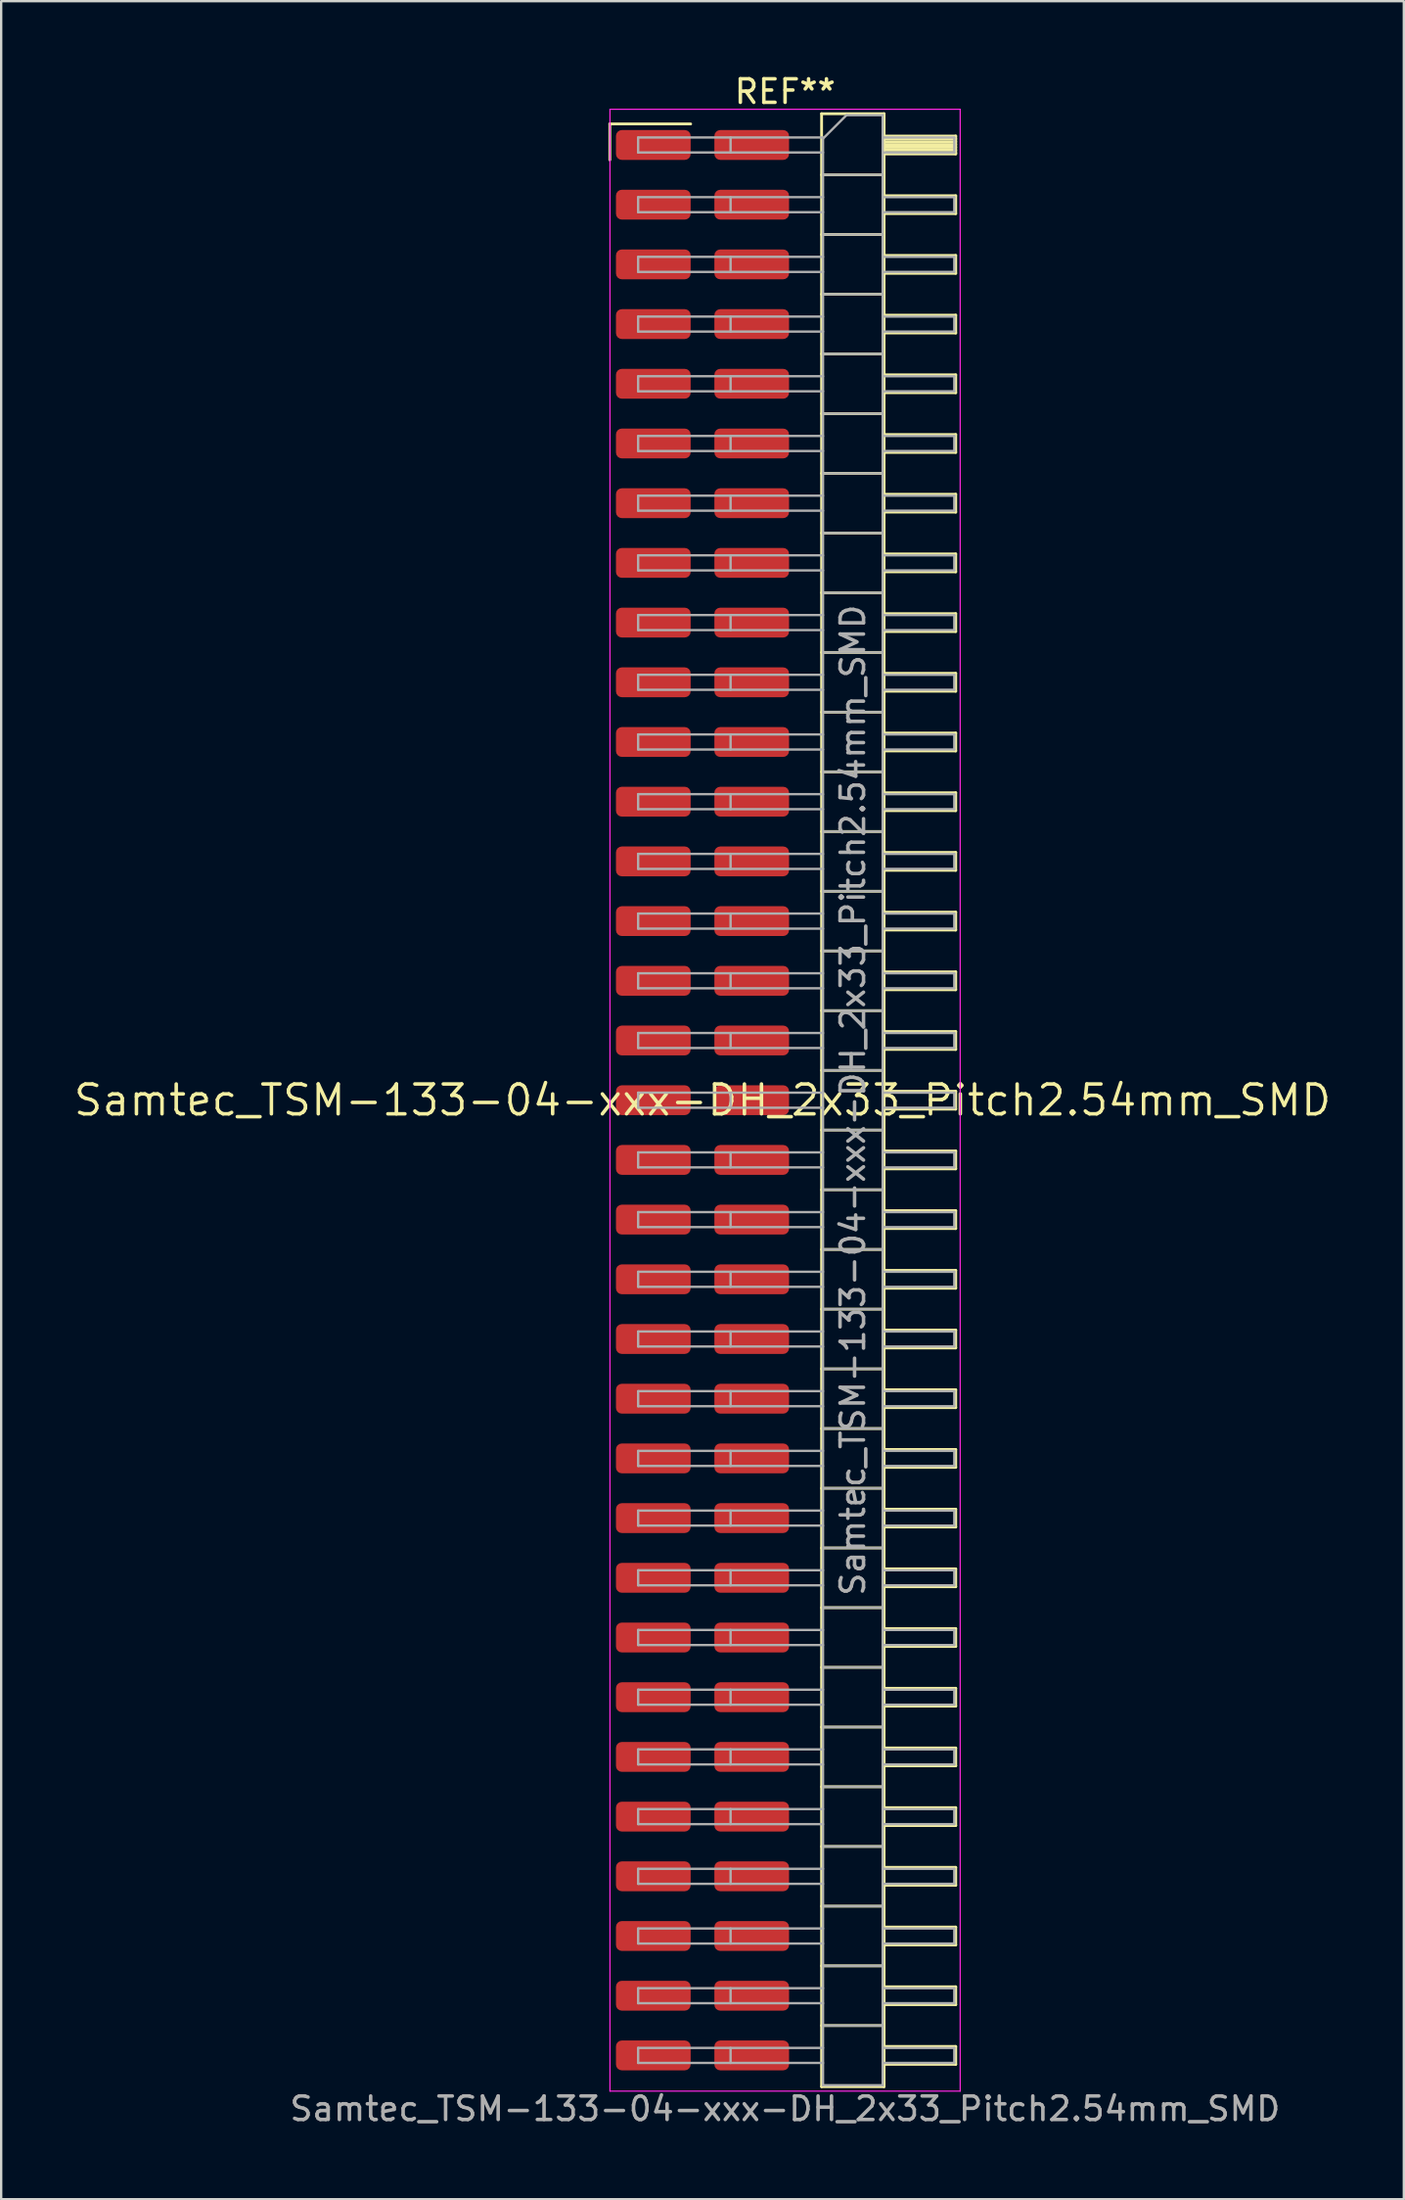
<source format=kicad_pcb>
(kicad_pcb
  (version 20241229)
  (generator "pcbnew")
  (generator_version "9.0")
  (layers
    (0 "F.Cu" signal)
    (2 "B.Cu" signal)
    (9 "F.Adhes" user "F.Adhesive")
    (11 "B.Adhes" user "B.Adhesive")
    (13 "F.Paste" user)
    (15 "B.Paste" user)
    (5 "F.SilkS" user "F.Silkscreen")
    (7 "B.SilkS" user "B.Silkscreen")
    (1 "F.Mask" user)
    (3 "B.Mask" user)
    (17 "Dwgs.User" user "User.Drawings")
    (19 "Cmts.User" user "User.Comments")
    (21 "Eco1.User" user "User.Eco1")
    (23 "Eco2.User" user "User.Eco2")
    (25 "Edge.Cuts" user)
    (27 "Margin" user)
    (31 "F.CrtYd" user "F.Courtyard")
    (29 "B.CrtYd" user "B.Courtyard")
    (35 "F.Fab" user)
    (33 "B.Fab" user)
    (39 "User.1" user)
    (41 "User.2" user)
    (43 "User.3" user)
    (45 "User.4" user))
  (footprint "Samtec_TSM-133-04-xxx-DH_2x33_Pitch2.54mm_SMD"
    (layer "F.Cu")
    (at 26.859 43.758)
    (property "Reference" "Samtec_TSM-133-04-xxx-DH_2x33_Pitch2.54mm_SMD" (at 0 0 0) (layer "F.SilkS") (effects (font (size 1.27 1.27) (thickness 0.15))))
    (attr smd)
    (fp_line (start -3.945 -41.535) (end -0.505 -41.535) (stroke (width 0.12) (type solid)) (layer "F.SilkS"))
    (fp_line (start -3.945 -40.005) (end -3.945 -41.535) (stroke (width 0.12) (type solid)) (layer "F.SilkS"))
    (fp_line (start 5.07 -41.97) (end 7.73 -41.97) (stroke (width 0.12) (type solid)) (layer "F.SilkS"))
    (fp_line (start 5.07 -39.37) (end 7.73 -39.37) (stroke (width 0.12) (type solid)) (layer "F.SilkS"))
    (fp_line (start 5.07 -36.83) (end 7.73 -36.83) (stroke (width 0.12) (type solid)) (layer "F.SilkS"))
    (fp_line (start 5.07 -34.29) (end 7.73 -34.29) (stroke (width 0.12) (type solid)) (layer "F.SilkS"))
    (fp_line (start 5.07 -31.75) (end 7.73 -31.75) (stroke (width 0.12) (type solid)) (layer "F.SilkS"))
    (fp_line (start 5.07 -29.21) (end 7.73 -29.21) (stroke (width 0.12) (type solid)) (layer "F.SilkS"))
    (fp_line (start 5.07 -26.67) (end 7.73 -26.67) (stroke (width 0.12) (type solid)) (layer "F.SilkS"))
    (fp_line (start 5.07 -24.13) (end 7.73 -24.13) (stroke (width 0.12) (type solid)) (layer "F.SilkS"))
    (fp_line (start 5.07 -21.59) (end 7.73 -21.59) (stroke (width 0.12) (type solid)) (layer "F.SilkS"))
    (fp_line (start 5.07 -19.05) (end 7.73 -19.05) (stroke (width 0.12) (type solid)) (layer "F.SilkS"))
    (fp_line (start 5.07 -16.51) (end 7.73 -16.51) (stroke (width 0.12) (type solid)) (layer "F.SilkS"))
    (fp_line (start 5.07 -13.97) (end 7.73 -13.97) (stroke (width 0.12) (type solid)) (layer "F.SilkS"))
    (fp_line (start 5.07 -11.43) (end 7.73 -11.43) (stroke (width 0.12) (type solid)) (layer "F.SilkS"))
    (fp_line (start 5.07 -8.89) (end 7.73 -8.89) (stroke (width 0.12) (type solid)) (layer "F.SilkS"))
    (fp_line (start 5.07 -6.35) (end 7.73 -6.35) (stroke (width 0.12) (type solid)) (layer "F.SilkS"))
    (fp_line (start 5.07 -3.81) (end 7.73 -3.81) (stroke (width 0.12) (type solid)) (layer "F.SilkS"))
    (fp_line (start 5.07 -1.27) (end 7.73 -1.27) (stroke (width 0.12) (type solid)) (layer "F.SilkS"))
    (fp_line (start 5.07 1.27) (end 7.73 1.27) (stroke (width 0.12) (type solid)) (layer "F.SilkS"))
    (fp_line (start 5.07 3.81) (end 7.73 3.81) (stroke (width 0.12) (type solid)) (layer "F.SilkS"))
    (fp_line (start 5.07 6.35) (end 7.73 6.35) (stroke (width 0.12) (type solid)) (layer "F.SilkS"))
    (fp_line (start 5.07 8.89) (end 7.73 8.89) (stroke (width 0.12) (type solid)) (layer "F.SilkS"))
    (fp_line (start 5.07 11.43) (end 7.73 11.43) (stroke (width 0.12) (type solid)) (layer "F.SilkS"))
    (fp_line (start 5.07 13.97) (end 7.73 13.97) (stroke (width 0.12) (type solid)) (layer "F.SilkS"))
    (fp_line (start 5.07 16.51) (end 7.73 16.51) (stroke (width 0.12) (type solid)) (layer "F.SilkS"))
    (fp_line (start 5.07 19.05) (end 7.73 19.05) (stroke (width 0.12) (type solid)) (layer "F.SilkS"))
    (fp_line (start 5.07 21.59) (end 7.73 21.59) (stroke (width 0.12) (type solid)) (layer "F.SilkS"))
    (fp_line (start 5.07 24.13) (end 7.73 24.13) (stroke (width 0.12) (type solid)) (layer "F.SilkS"))
    (fp_line (start 5.07 26.67) (end 7.73 26.67) (stroke (width 0.12) (type solid)) (layer "F.SilkS"))
    (fp_line (start 5.07 29.21) (end 7.73 29.21) (stroke (width 0.12) (type solid)) (layer "F.SilkS"))
    (fp_line (start 5.07 31.75) (end 7.73 31.75) (stroke (width 0.12) (type solid)) (layer "F.SilkS"))
    (fp_line (start 5.07 34.29) (end 7.73 34.29) (stroke (width 0.12) (type solid)) (layer "F.SilkS"))
    (fp_line (start 5.07 36.83) (end 7.73 36.83) (stroke (width 0.12) (type solid)) (layer "F.SilkS"))
    (fp_line (start 5.07 39.37) (end 7.73 39.37) (stroke (width 0.12) (type solid)) (layer "F.SilkS"))
    (fp_line (start 5.07 41.97) (end 5.07 -41.97) (stroke (width 0.12) (type solid)) (layer "F.SilkS"))
    (fp_line (start 7.73 -41.97) (end 7.73 41.97) (stroke (width 0.12) (type solid)) (layer "F.SilkS"))
    (fp_line (start 7.73 -41.02) (end 10.78 -41.02) (stroke (width 0.12) (type solid)) (layer "F.SilkS"))
    (fp_line (start 7.73 -40.9) (end 10.78 -40.9) (stroke (width 0.12) (type solid)) (layer "F.SilkS"))
    (fp_line (start 7.73 -40.78) (end 10.78 -40.78) (stroke (width 0.12) (type solid)) (layer "F.SilkS"))
    (fp_line (start 7.73 -40.66) (end 10.78 -40.66) (stroke (width 0.12) (type solid)) (layer "F.SilkS"))
    (fp_line (start 7.73 -40.54) (end 10.78 -40.54) (stroke (width 0.12) (type solid)) (layer "F.SilkS"))
    (fp_line (start 7.73 -40.42) (end 10.78 -40.42) (stroke (width 0.12) (type solid)) (layer "F.SilkS"))
    (fp_line (start 7.73 -40.3) (end 10.78 -40.3) (stroke (width 0.12) (type solid)) (layer "F.SilkS"))
    (fp_line (start 7.73 -40.26) (end 10.78 -40.26) (stroke (width 0.12) (type solid)) (layer "F.SilkS"))
    (fp_line (start 7.73 -38.48) (end 10.78 -38.48) (stroke (width 0.12) (type solid)) (layer "F.SilkS"))
    (fp_line (start 7.73 -37.72) (end 10.78 -37.72) (stroke (width 0.12) (type solid)) (layer "F.SilkS"))
    (fp_line (start 7.73 -35.94) (end 10.78 -35.94) (stroke (width 0.12) (type solid)) (layer "F.SilkS"))
    (fp_line (start 7.73 -35.18) (end 10.78 -35.18) (stroke (width 0.12) (type solid)) (layer "F.SilkS"))
    (fp_line (start 7.73 -33.4) (end 10.78 -33.4) (stroke (width 0.12) (type solid)) (layer "F.SilkS"))
    (fp_line (start 7.73 -32.64) (end 10.78 -32.64) (stroke (width 0.12) (type solid)) (layer "F.SilkS"))
    (fp_line (start 7.73 -30.86) (end 10.78 -30.86) (stroke (width 0.12) (type solid)) (layer "F.SilkS"))
    (fp_line (start 7.73 -30.1) (end 10.78 -30.1) (stroke (width 0.12) (type solid)) (layer "F.SilkS"))
    (fp_line (start 7.73 -28.32) (end 10.78 -28.32) (stroke (width 0.12) (type solid)) (layer "F.SilkS"))
    (fp_line (start 7.73 -27.56) (end 10.78 -27.56) (stroke (width 0.12) (type solid)) (layer "F.SilkS"))
    (fp_line (start 7.73 -25.78) (end 10.78 -25.78) (stroke (width 0.12) (type solid)) (layer "F.SilkS"))
    (fp_line (start 7.73 -25.02) (end 10.78 -25.02) (stroke (width 0.12) (type solid)) (layer "F.SilkS"))
    (fp_line (start 7.73 -23.24) (end 10.78 -23.24) (stroke (width 0.12) (type solid)) (layer "F.SilkS"))
    (fp_line (start 7.73 -22.48) (end 10.78 -22.48) (stroke (width 0.12) (type solid)) (layer "F.SilkS"))
    (fp_line (start 7.73 -20.7) (end 10.78 -20.7) (stroke (width 0.12) (type solid)) (layer "F.SilkS"))
    (fp_line (start 7.73 -19.94) (end 10.78 -19.94) (stroke (width 0.12) (type solid)) (layer "F.SilkS"))
    (fp_line (start 7.73 -18.16) (end 10.78 -18.16) (stroke (width 0.12) (type solid)) (layer "F.SilkS"))
    (fp_line (start 7.73 -17.4) (end 10.78 -17.4) (stroke (width 0.12) (type solid)) (layer "F.SilkS"))
    (fp_line (start 7.73 -15.62) (end 10.78 -15.62) (stroke (width 0.12) (type solid)) (layer "F.SilkS"))
    (fp_line (start 7.73 -14.86) (end 10.78 -14.86) (stroke (width 0.12) (type solid)) (layer "F.SilkS"))
    (fp_line (start 7.73 -13.08) (end 10.78 -13.08) (stroke (width 0.12) (type solid)) (layer "F.SilkS"))
    (fp_line (start 7.73 -12.32) (end 10.78 -12.32) (stroke (width 0.12) (type solid)) (layer "F.SilkS"))
    (fp_line (start 7.73 -10.54) (end 10.78 -10.54) (stroke (width 0.12) (type solid)) (layer "F.SilkS"))
    (fp_line (start 7.73 -9.78) (end 10.78 -9.78) (stroke (width 0.12) (type solid)) (layer "F.SilkS"))
    (fp_line (start 7.73 -8) (end 10.78 -8) (stroke (width 0.12) (type solid)) (layer "F.SilkS"))
    (fp_line (start 7.73 -7.24) (end 10.78 -7.24) (stroke (width 0.12) (type solid)) (layer "F.SilkS"))
    (fp_line (start 7.73 -5.46) (end 10.78 -5.46) (stroke (width 0.12) (type solid)) (layer "F.SilkS"))
    (fp_line (start 7.73 -4.7) (end 10.78 -4.7) (stroke (width 0.12) (type solid)) (layer "F.SilkS"))
    (fp_line (start 7.73 -2.92) (end 10.78 -2.92) (stroke (width 0.12) (type solid)) (layer "F.SilkS"))
    (fp_line (start 7.73 -2.16) (end 10.78 -2.16) (stroke (width 0.12) (type solid)) (layer "F.SilkS"))
    (fp_line (start 7.73 -0.38) (end 10.78 -0.38) (stroke (width 0.12) (type solid)) (layer "F.SilkS"))
    (fp_line (start 7.73 0.38) (end 10.78 0.38) (stroke (width 0.12) (type solid)) (layer "F.SilkS"))
    (fp_line (start 7.73 2.16) (end 10.78 2.16) (stroke (width 0.12) (type solid)) (layer "F.SilkS"))
    (fp_line (start 7.73 2.92) (end 10.78 2.92) (stroke (width 0.12) (type solid)) (layer "F.SilkS"))
    (fp_line (start 7.73 4.7) (end 10.78 4.7) (stroke (width 0.12) (type solid)) (layer "F.SilkS"))
    (fp_line (start 7.73 5.46) (end 10.78 5.46) (stroke (width 0.12) (type solid)) (layer "F.SilkS"))
    (fp_line (start 7.73 7.24) (end 10.78 7.24) (stroke (width 0.12) (type solid)) (layer "F.SilkS"))
    (fp_line (start 7.73 8) (end 10.78 8) (stroke (width 0.12) (type solid)) (layer "F.SilkS"))
    (fp_line (start 7.73 9.78) (end 10.78 9.78) (stroke (width 0.12) (type solid)) (layer "F.SilkS"))
    (fp_line (start 7.73 10.54) (end 10.78 10.54) (stroke (width 0.12) (type solid)) (layer "F.SilkS"))
    (fp_line (start 7.73 12.32) (end 10.78 12.32) (stroke (width 0.12) (type solid)) (layer "F.SilkS"))
    (fp_line (start 7.73 13.08) (end 10.78 13.08) (stroke (width 0.12) (type solid)) (layer "F.SilkS"))
    (fp_line (start 7.73 14.86) (end 10.78 14.86) (stroke (width 0.12) (type solid)) (layer "F.SilkS"))
    (fp_line (start 7.73 15.62) (end 10.78 15.62) (stroke (width 0.12) (type solid)) (layer "F.SilkS"))
    (fp_line (start 7.73 17.4) (end 10.78 17.4) (stroke (width 0.12) (type solid)) (layer "F.SilkS"))
    (fp_line (start 7.73 18.16) (end 10.78 18.16) (stroke (width 0.12) (type solid)) (layer "F.SilkS"))
    (fp_line (start 7.73 19.94) (end 10.78 19.94) (stroke (width 0.12) (type solid)) (layer "F.SilkS"))
    (fp_line (start 7.73 20.7) (end 10.78 20.7) (stroke (width 0.12) (type solid)) (layer "F.SilkS"))
    (fp_line (start 7.73 22.48) (end 10.78 22.48) (stroke (width 0.12) (type solid)) (layer "F.SilkS"))
    (fp_line (start 7.73 23.24) (end 10.78 23.24) (stroke (width 0.12) (type solid)) (layer "F.SilkS"))
    (fp_line (start 7.73 25.02) (end 10.78 25.02) (stroke (width 0.12) (type solid)) (layer "F.SilkS"))
    (fp_line (start 7.73 25.78) (end 10.78 25.78) (stroke (width 0.12) (type solid)) (layer "F.SilkS"))
    (fp_line (start 7.73 27.56) (end 10.78 27.56) (stroke (width 0.12) (type solid)) (layer "F.SilkS"))
    (fp_line (start 7.73 28.32) (end 10.78 28.32) (stroke (width 0.12) (type solid)) (layer "F.SilkS"))
    (fp_line (start 7.73 30.1) (end 10.78 30.1) (stroke (width 0.12) (type solid)) (layer "F.SilkS"))
    (fp_line (start 7.73 30.86) (end 10.78 30.86) (stroke (width 0.12) (type solid)) (layer "F.SilkS"))
    (fp_line (start 7.73 32.64) (end 10.78 32.64) (stroke (width 0.12) (type solid)) (layer "F.SilkS"))
    (fp_line (start 7.73 33.4) (end 10.78 33.4) (stroke (width 0.12) (type solid)) (layer "F.SilkS"))
    (fp_line (start 7.73 35.18) (end 10.78 35.18) (stroke (width 0.12) (type solid)) (layer "F.SilkS"))
    (fp_line (start 7.73 35.94) (end 10.78 35.94) (stroke (width 0.12) (type solid)) (layer "F.SilkS"))
    (fp_line (start 7.73 37.72) (end 10.78 37.72) (stroke (width 0.12) (type solid)) (layer "F.SilkS"))
    (fp_line (start 7.73 38.48) (end 10.78 38.48) (stroke (width 0.12) (type solid)) (layer "F.SilkS"))
    (fp_line (start 7.73 40.26) (end 10.78 40.26) (stroke (width 0.12) (type solid)) (layer "F.SilkS"))
    (fp_line (start 7.73 41.02) (end 10.78 41.02) (stroke (width 0.12) (type solid)) (layer "F.SilkS"))
    (fp_line (start 7.73 41.97) (end 5.07 41.97) (stroke (width 0.12) (type solid)) (layer "F.SilkS"))
    (fp_line (start 10.78 -41.02) (end 10.78 -40.26) (stroke (width 0.12) (type solid)) (layer "F.SilkS"))
    (fp_line (start 10.78 -38.48) (end 10.78 -37.72) (stroke (width 0.12) (type solid)) (layer "F.SilkS"))
    (fp_line (start 10.78 -35.94) (end 10.78 -35.18) (stroke (width 0.12) (type solid)) (layer "F.SilkS"))
    (fp_line (start 10.78 -33.4) (end 10.78 -32.64) (stroke (width 0.12) (type solid)) (layer "F.SilkS"))
    (fp_line (start 10.78 -30.86) (end 10.78 -30.1) (stroke (width 0.12) (type solid)) (layer "F.SilkS"))
    (fp_line (start 10.78 -28.32) (end 10.78 -27.56) (stroke (width 0.12) (type solid)) (layer "F.SilkS"))
    (fp_line (start 10.78 -25.78) (end 10.78 -25.02) (stroke (width 0.12) (type solid)) (layer "F.SilkS"))
    (fp_line (start 10.78 -23.24) (end 10.78 -22.48) (stroke (width 0.12) (type solid)) (layer "F.SilkS"))
    (fp_line (start 10.78 -20.7) (end 10.78 -19.94) (stroke (width 0.12) (type solid)) (layer "F.SilkS"))
    (fp_line (start 10.78 -18.16) (end 10.78 -17.4) (stroke (width 0.12) (type solid)) (layer "F.SilkS"))
    (fp_line (start 10.78 -15.62) (end 10.78 -14.86) (stroke (width 0.12) (type solid)) (layer "F.SilkS"))
    (fp_line (start 10.78 -13.08) (end 10.78 -12.32) (stroke (width 0.12) (type solid)) (layer "F.SilkS"))
    (fp_line (start 10.78 -10.54) (end 10.78 -9.78) (stroke (width 0.12) (type solid)) (layer "F.SilkS"))
    (fp_line (start 10.78 -8) (end 10.78 -7.24) (stroke (width 0.12) (type solid)) (layer "F.SilkS"))
    (fp_line (start 10.78 -5.46) (end 10.78 -4.7) (stroke (width 0.12) (type solid)) (layer "F.SilkS"))
    (fp_line (start 10.78 -2.92) (end 10.78 -2.16) (stroke (width 0.12) (type solid)) (layer "F.SilkS"))
    (fp_line (start 10.78 -0.38) (end 10.78 0.38) (stroke (width 0.12) (type solid)) (layer "F.SilkS"))
    (fp_line (start 10.78 2.16) (end 10.78 2.92) (stroke (width 0.12) (type solid)) (layer "F.SilkS"))
    (fp_line (start 10.78 4.7) (end 10.78 5.46) (stroke (width 0.12) (type solid)) (layer "F.SilkS"))
    (fp_line (start 10.78 7.24) (end 10.78 8) (stroke (width 0.12) (type solid)) (layer "F.SilkS"))
    (fp_line (start 10.78 9.78) (end 10.78 10.54) (stroke (width 0.12) (type solid)) (layer "F.SilkS"))
    (fp_line (start 10.78 12.32) (end 10.78 13.08) (stroke (width 0.12) (type solid)) (layer "F.SilkS"))
    (fp_line (start 10.78 14.86) (end 10.78 15.62) (stroke (width 0.12) (type solid)) (layer "F.SilkS"))
    (fp_line (start 10.78 17.4) (end 10.78 18.16) (stroke (width 0.12) (type solid)) (layer "F.SilkS"))
    (fp_line (start 10.78 19.94) (end 10.78 20.7) (stroke (width 0.12) (type solid)) (layer "F.SilkS"))
    (fp_line (start 10.78 22.48) (end 10.78 23.24) (stroke (width 0.12) (type solid)) (layer "F.SilkS"))
    (fp_line (start 10.78 25.02) (end 10.78 25.78) (stroke (width 0.12) (type solid)) (layer "F.SilkS"))
    (fp_line (start 10.78 27.56) (end 10.78 28.32) (stroke (width 0.12) (type solid)) (layer "F.SilkS"))
    (fp_line (start 10.78 30.1) (end 10.78 30.86) (stroke (width 0.12) (type solid)) (layer "F.SilkS"))
    (fp_line (start 10.78 32.64) (end 10.78 33.4) (stroke (width 0.12) (type solid)) (layer "F.SilkS"))
    (fp_line (start 10.78 35.18) (end 10.78 35.94) (stroke (width 0.12) (type solid)) (layer "F.SilkS"))
    (fp_line (start 10.78 37.72) (end 10.78 38.48) (stroke (width 0.12) (type solid)) (layer "F.SilkS"))
    (fp_line (start 10.78 40.26) (end 10.78 41.02) (stroke (width 0.12) (type solid)) (layer "F.SilkS"))
    (fp_line (start -3.94 -42.16) (end 10.97 -42.16) (stroke (width 0.05) (type solid)) (layer "F.CrtYd"))
    (fp_line (start -3.94 42.16) (end -3.94 -42.16) (stroke (width 0.05) (type solid)) (layer "F.CrtYd"))
    (fp_line (start 10.97 -42.16) (end 10.97 42.16) (stroke (width 0.05) (type solid)) (layer "F.CrtYd"))
    (fp_line (start 10.97 42.16) (end -3.94 42.16) (stroke (width 0.05) (type solid)) (layer "F.CrtYd"))
    (fp_line (start -2.74 -40.96) (end -2.74 -40.32) (stroke (width 0.1) (type solid)) (layer "F.Fab"))
    (fp_line (start -2.74 -40.96) (end 5.13 -40.96) (stroke (width 0.1) (type solid)) (layer "F.Fab"))
    (fp_line (start -2.74 -40.32) (end 5.13 -40.32) (stroke (width 0.1) (type solid)) (layer "F.Fab"))
    (fp_line (start -2.74 -38.42) (end -2.74 -37.78) (stroke (width 0.1) (type solid)) (layer "F.Fab"))
    (fp_line (start -2.74 -38.42) (end 5.13 -38.42) (stroke (width 0.1) (type solid)) (layer "F.Fab"))
    (fp_line (start -2.74 -37.78) (end 5.13 -37.78) (stroke (width 0.1) (type solid)) (layer "F.Fab"))
    (fp_line (start -2.74 -35.88) (end -2.74 -35.24) (stroke (width 0.1) (type solid)) (layer "F.Fab"))
    (fp_line (start -2.74 -35.88) (end 5.13 -35.88) (stroke (width 0.1) (type solid)) (layer "F.Fab"))
    (fp_line (start -2.74 -35.24) (end 5.13 -35.24) (stroke (width 0.1) (type solid)) (layer "F.Fab"))
    (fp_line (start -2.74 -33.34) (end -2.74 -32.7) (stroke (width 0.1) (type solid)) (layer "F.Fab"))
    (fp_line (start -2.74 -33.34) (end 5.13 -33.34) (stroke (width 0.1) (type solid)) (layer "F.Fab"))
    (fp_line (start -2.74 -32.7) (end 5.13 -32.7) (stroke (width 0.1) (type solid)) (layer "F.Fab"))
    (fp_line (start -2.74 -30.8) (end -2.74 -30.16) (stroke (width 0.1) (type solid)) (layer "F.Fab"))
    (fp_line (start -2.74 -30.8) (end 5.13 -30.8) (stroke (width 0.1) (type solid)) (layer "F.Fab"))
    (fp_line (start -2.74 -30.16) (end 5.13 -30.16) (stroke (width 0.1) (type solid)) (layer "F.Fab"))
    (fp_line (start -2.74 -28.26) (end -2.74 -27.62) (stroke (width 0.1) (type solid)) (layer "F.Fab"))
    (fp_line (start -2.74 -28.26) (end 5.13 -28.26) (stroke (width 0.1) (type solid)) (layer "F.Fab"))
    (fp_line (start -2.74 -27.62) (end 5.13 -27.62) (stroke (width 0.1) (type solid)) (layer "F.Fab"))
    (fp_line (start -2.74 -25.72) (end -2.74 -25.08) (stroke (width 0.1) (type solid)) (layer "F.Fab"))
    (fp_line (start -2.74 -25.72) (end 5.13 -25.72) (stroke (width 0.1) (type solid)) (layer "F.Fab"))
    (fp_line (start -2.74 -25.08) (end 5.13 -25.08) (stroke (width 0.1) (type solid)) (layer "F.Fab"))
    (fp_line (start -2.74 -23.18) (end -2.74 -22.54) (stroke (width 0.1) (type solid)) (layer "F.Fab"))
    (fp_line (start -2.74 -23.18) (end 5.13 -23.18) (stroke (width 0.1) (type solid)) (layer "F.Fab"))
    (fp_line (start -2.74 -22.54) (end 5.13 -22.54) (stroke (width 0.1) (type solid)) (layer "F.Fab"))
    (fp_line (start -2.74 -20.64) (end -2.74 -20) (stroke (width 0.1) (type solid)) (layer "F.Fab"))
    (fp_line (start -2.74 -20.64) (end 5.13 -20.64) (stroke (width 0.1) (type solid)) (layer "F.Fab"))
    (fp_line (start -2.74 -20) (end 5.13 -20) (stroke (width 0.1) (type solid)) (layer "F.Fab"))
    (fp_line (start -2.74 -18.1) (end -2.74 -17.46) (stroke (width 0.1) (type solid)) (layer "F.Fab"))
    (fp_line (start -2.74 -18.1) (end 5.13 -18.1) (stroke (width 0.1) (type solid)) (layer "F.Fab"))
    (fp_line (start -2.74 -17.46) (end 5.13 -17.46) (stroke (width 0.1) (type solid)) (layer "F.Fab"))
    (fp_line (start -2.74 -15.56) (end -2.74 -14.92) (stroke (width 0.1) (type solid)) (layer "F.Fab"))
    (fp_line (start -2.74 -15.56) (end 5.13 -15.56) (stroke (width 0.1) (type solid)) (layer "F.Fab"))
    (fp_line (start -2.74 -14.92) (end 5.13 -14.92) (stroke (width 0.1) (type solid)) (layer "F.Fab"))
    (fp_line (start -2.74 -13.02) (end -2.74 -12.38) (stroke (width 0.1) (type solid)) (layer "F.Fab"))
    (fp_line (start -2.74 -13.02) (end 5.13 -13.02) (stroke (width 0.1) (type solid)) (layer "F.Fab"))
    (fp_line (start -2.74 -12.38) (end 5.13 -12.38) (stroke (width 0.1) (type solid)) (layer "F.Fab"))
    (fp_line (start -2.74 -10.48) (end -2.74 -9.84) (stroke (width 0.1) (type solid)) (layer "F.Fab"))
    (fp_line (start -2.74 -10.48) (end 5.13 -10.48) (stroke (width 0.1) (type solid)) (layer "F.Fab"))
    (fp_line (start -2.74 -9.84) (end 5.13 -9.84) (stroke (width 0.1) (type solid)) (layer "F.Fab"))
    (fp_line (start -2.74 -7.94) (end -2.74 -7.3) (stroke (width 0.1) (type solid)) (layer "F.Fab"))
    (fp_line (start -2.74 -7.94) (end 5.13 -7.94) (stroke (width 0.1) (type solid)) (layer "F.Fab"))
    (fp_line (start -2.74 -7.3) (end 5.13 -7.3) (stroke (width 0.1) (type solid)) (layer "F.Fab"))
    (fp_line (start -2.74 -5.4) (end -2.74 -4.76) (stroke (width 0.1) (type solid)) (layer "F.Fab"))
    (fp_line (start -2.74 -5.4) (end 5.13 -5.4) (stroke (width 0.1) (type solid)) (layer "F.Fab"))
    (fp_line (start -2.74 -4.76) (end 5.13 -4.76) (stroke (width 0.1) (type solid)) (layer "F.Fab"))
    (fp_line (start -2.74 -2.86) (end -2.74 -2.22) (stroke (width 0.1) (type solid)) (layer "F.Fab"))
    (fp_line (start -2.74 -2.86) (end 5.13 -2.86) (stroke (width 0.1) (type solid)) (layer "F.Fab"))
    (fp_line (start -2.74 -2.22) (end 5.13 -2.22) (stroke (width 0.1) (type solid)) (layer "F.Fab"))
    (fp_line (start -2.74 -0.32) (end -2.74 0.32) (stroke (width 0.1) (type solid)) (layer "F.Fab"))
    (fp_line (start -2.74 -0.32) (end 5.13 -0.32) (stroke (width 0.1) (type solid)) (layer "F.Fab"))
    (fp_line (start -2.74 0.32) (end 5.13 0.32) (stroke (width 0.1) (type solid)) (layer "F.Fab"))
    (fp_line (start -2.74 2.22) (end -2.74 2.86) (stroke (width 0.1) (type solid)) (layer "F.Fab"))
    (fp_line (start -2.74 2.22) (end 5.13 2.22) (stroke (width 0.1) (type solid)) (layer "F.Fab"))
    (fp_line (start -2.74 2.86) (end 5.13 2.86) (stroke (width 0.1) (type solid)) (layer "F.Fab"))
    (fp_line (start -2.74 4.76) (end -2.74 5.4) (stroke (width 0.1) (type solid)) (layer "F.Fab"))
    (fp_line (start -2.74 4.76) (end 5.13 4.76) (stroke (width 0.1) (type solid)) (layer "F.Fab"))
    (fp_line (start -2.74 5.4) (end 5.13 5.4) (stroke (width 0.1) (type solid)) (layer "F.Fab"))
    (fp_line (start -2.74 7.3) (end -2.74 7.94) (stroke (width 0.1) (type solid)) (layer "F.Fab"))
    (fp_line (start -2.74 7.3) (end 5.13 7.3) (stroke (width 0.1) (type solid)) (layer "F.Fab"))
    (fp_line (start -2.74 7.94) (end 5.13 7.94) (stroke (width 0.1) (type solid)) (layer "F.Fab"))
    (fp_line (start -2.74 9.84) (end -2.74 10.48) (stroke (width 0.1) (type solid)) (layer "F.Fab"))
    (fp_line (start -2.74 9.84) (end 5.13 9.84) (stroke (width 0.1) (type solid)) (layer "F.Fab"))
    (fp_line (start -2.74 10.48) (end 5.13 10.48) (stroke (width 0.1) (type solid)) (layer "F.Fab"))
    (fp_line (start -2.74 12.38) (end -2.74 13.02) (stroke (width 0.1) (type solid)) (layer "F.Fab"))
    (fp_line (start -2.74 12.38) (end 5.13 12.38) (stroke (width 0.1) (type solid)) (layer "F.Fab"))
    (fp_line (start -2.74 13.02) (end 5.13 13.02) (stroke (width 0.1) (type solid)) (layer "F.Fab"))
    (fp_line (start -2.74 14.92) (end -2.74 15.56) (stroke (width 0.1) (type solid)) (layer "F.Fab"))
    (fp_line (start -2.74 14.92) (end 5.13 14.92) (stroke (width 0.1) (type solid)) (layer "F.Fab"))
    (fp_line (start -2.74 15.56) (end 5.13 15.56) (stroke (width 0.1) (type solid)) (layer "F.Fab"))
    (fp_line (start -2.74 17.46) (end -2.74 18.1) (stroke (width 0.1) (type solid)) (layer "F.Fab"))
    (fp_line (start -2.74 17.46) (end 5.13 17.46) (stroke (width 0.1) (type solid)) (layer "F.Fab"))
    (fp_line (start -2.74 18.1) (end 5.13 18.1) (stroke (width 0.1) (type solid)) (layer "F.Fab"))
    (fp_line (start -2.74 20) (end -2.74 20.64) (stroke (width 0.1) (type solid)) (layer "F.Fab"))
    (fp_line (start -2.74 20) (end 5.13 20) (stroke (width 0.1) (type solid)) (layer "F.Fab"))
    (fp_line (start -2.74 20.64) (end 5.13 20.64) (stroke (width 0.1) (type solid)) (layer "F.Fab"))
    (fp_line (start -2.74 22.54) (end -2.74 23.18) (stroke (width 0.1) (type solid)) (layer "F.Fab"))
    (fp_line (start -2.74 22.54) (end 5.13 22.54) (stroke (width 0.1) (type solid)) (layer "F.Fab"))
    (fp_line (start -2.74 23.18) (end 5.13 23.18) (stroke (width 0.1) (type solid)) (layer "F.Fab"))
    (fp_line (start -2.74 25.08) (end -2.74 25.72) (stroke (width 0.1) (type solid)) (layer "F.Fab"))
    (fp_line (start -2.74 25.08) (end 5.13 25.08) (stroke (width 0.1) (type solid)) (layer "F.Fab"))
    (fp_line (start -2.74 25.72) (end 5.13 25.72) (stroke (width 0.1) (type solid)) (layer "F.Fab"))
    (fp_line (start -2.74 27.62) (end -2.74 28.26) (stroke (width 0.1) (type solid)) (layer "F.Fab"))
    (fp_line (start -2.74 27.62) (end 5.13 27.62) (stroke (width 0.1) (type solid)) (layer "F.Fab"))
    (fp_line (start -2.74 28.26) (end 5.13 28.26) (stroke (width 0.1) (type solid)) (layer "F.Fab"))
    (fp_line (start -2.74 30.16) (end -2.74 30.8) (stroke (width 0.1) (type solid)) (layer "F.Fab"))
    (fp_line (start -2.74 30.16) (end 5.13 30.16) (stroke (width 0.1) (type solid)) (layer "F.Fab"))
    (fp_line (start -2.74 30.8) (end 5.13 30.8) (stroke (width 0.1) (type solid)) (layer "F.Fab"))
    (fp_line (start -2.74 32.7) (end -2.74 33.34) (stroke (width 0.1) (type solid)) (layer "F.Fab"))
    (fp_line (start -2.74 32.7) (end 5.13 32.7) (stroke (width 0.1) (type solid)) (layer "F.Fab"))
    (fp_line (start -2.74 33.34) (end 5.13 33.34) (stroke (width 0.1) (type solid)) (layer "F.Fab"))
    (fp_line (start -2.74 35.24) (end -2.74 35.88) (stroke (width 0.1) (type solid)) (layer "F.Fab"))
    (fp_line (start -2.74 35.24) (end 5.13 35.24) (stroke (width 0.1) (type solid)) (layer "F.Fab"))
    (fp_line (start -2.74 35.88) (end 5.13 35.88) (stroke (width 0.1) (type solid)) (layer "F.Fab"))
    (fp_line (start -2.74 37.78) (end -2.74 38.42) (stroke (width 0.1) (type solid)) (layer "F.Fab"))
    (fp_line (start -2.74 37.78) (end 5.13 37.78) (stroke (width 0.1) (type solid)) (layer "F.Fab"))
    (fp_line (start -2.74 38.42) (end 5.13 38.42) (stroke (width 0.1) (type solid)) (layer "F.Fab"))
    (fp_line (start -2.74 40.32) (end -2.74 40.96) (stroke (width 0.1) (type solid)) (layer "F.Fab"))
    (fp_line (start -2.74 40.32) (end 5.13 40.32) (stroke (width 0.1) (type solid)) (layer "F.Fab"))
    (fp_line (start -2.74 40.96) (end 5.13 40.96) (stroke (width 0.1) (type solid)) (layer "F.Fab"))
    (fp_line (start 1.195 -40.96) (end 1.195 -40.32) (stroke (width 0.1) (type solid)) (layer "F.Fab"))
    (fp_line (start 1.195 -38.42) (end 1.195 -37.78) (stroke (width 0.1) (type solid)) (layer "F.Fab"))
    (fp_line (start 1.195 -35.88) (end 1.195 -35.24) (stroke (width 0.1) (type solid)) (layer "F.Fab"))
    (fp_line (start 1.195 -33.34) (end 1.195 -32.7) (stroke (width 0.1) (type solid)) (layer "F.Fab"))
    (fp_line (start 1.195 -30.8) (end 1.195 -30.16) (stroke (width 0.1) (type solid)) (layer "F.Fab"))
    (fp_line (start 1.195 -28.26) (end 1.195 -27.62) (stroke (width 0.1) (type solid)) (layer "F.Fab"))
    (fp_line (start 1.195 -25.72) (end 1.195 -25.08) (stroke (width 0.1) (type solid)) (layer "F.Fab"))
    (fp_line (start 1.195 -23.18) (end 1.195 -22.54) (stroke (width 0.1) (type solid)) (layer "F.Fab"))
    (fp_line (start 1.195 -20.64) (end 1.195 -20) (stroke (width 0.1) (type solid)) (layer "F.Fab"))
    (fp_line (start 1.195 -18.1) (end 1.195 -17.46) (stroke (width 0.1) (type solid)) (layer "F.Fab"))
    (fp_line (start 1.195 -15.56) (end 1.195 -14.92) (stroke (width 0.1) (type solid)) (layer "F.Fab"))
    (fp_line (start 1.195 -13.02) (end 1.195 -12.38) (stroke (width 0.1) (type solid)) (layer "F.Fab"))
    (fp_line (start 1.195 -10.48) (end 1.195 -9.84) (stroke (width 0.1) (type solid)) (layer "F.Fab"))
    (fp_line (start 1.195 -7.94) (end 1.195 -7.3) (stroke (width 0.1) (type solid)) (layer "F.Fab"))
    (fp_line (start 1.195 -5.4) (end 1.195 -4.76) (stroke (width 0.1) (type solid)) (layer "F.Fab"))
    (fp_line (start 1.195 -2.86) (end 1.195 -2.22) (stroke (width 0.1) (type solid)) (layer "F.Fab"))
    (fp_line (start 1.195 -0.32) (end 1.195 0.32) (stroke (width 0.1) (type solid)) (layer "F.Fab"))
    (fp_line (start 1.195 2.22) (end 1.195 2.86) (stroke (width 0.1) (type solid)) (layer "F.Fab"))
    (fp_line (start 1.195 4.76) (end 1.195 5.4) (stroke (width 0.1) (type solid)) (layer "F.Fab"))
    (fp_line (start 1.195 7.3) (end 1.195 7.94) (stroke (width 0.1) (type solid)) (layer "F.Fab"))
    (fp_line (start 1.195 9.84) (end 1.195 10.48) (stroke (width 0.1) (type solid)) (layer "F.Fab"))
    (fp_line (start 1.195 12.38) (end 1.195 13.02) (stroke (width 0.1) (type solid)) (layer "F.Fab"))
    (fp_line (start 1.195 14.92) (end 1.195 15.56) (stroke (width 0.1) (type solid)) (layer "F.Fab"))
    (fp_line (start 1.195 17.46) (end 1.195 18.1) (stroke (width 0.1) (type solid)) (layer "F.Fab"))
    (fp_line (start 1.195 20) (end 1.195 20.64) (stroke (width 0.1) (type solid)) (layer "F.Fab"))
    (fp_line (start 1.195 22.54) (end 1.195 23.18) (stroke (width 0.1) (type solid)) (layer "F.Fab"))
    (fp_line (start 1.195 25.08) (end 1.195 25.72) (stroke (width 0.1) (type solid)) (layer "F.Fab"))
    (fp_line (start 1.195 27.62) (end 1.195 28.26) (stroke (width 0.1) (type solid)) (layer "F.Fab"))
    (fp_line (start 1.195 30.16) (end 1.195 30.8) (stroke (width 0.1) (type solid)) (layer "F.Fab"))
    (fp_line (start 1.195 32.7) (end 1.195 33.34) (stroke (width 0.1) (type solid)) (layer "F.Fab"))
    (fp_line (start 1.195 35.24) (end 1.195 35.88) (stroke (width 0.1) (type solid)) (layer "F.Fab"))
    (fp_line (start 1.195 37.78) (end 1.195 38.42) (stroke (width 0.1) (type solid)) (layer "F.Fab"))
    (fp_line (start 1.195 40.32) (end 1.195 40.96) (stroke (width 0.1) (type solid)) (layer "F.Fab"))
    (fp_line (start 5.13 -40.91) (end 6.13 -41.91) (stroke (width 0.1) (type solid)) (layer "F.Fab"))
    (fp_line (start 5.13 -39.37) (end 7.67 -39.37) (stroke (width 0.1) (type solid)) (layer "F.Fab"))
    (fp_line (start 5.13 -36.83) (end 7.67 -36.83) (stroke (width 0.1) (type solid)) (layer "F.Fab"))
    (fp_line (start 5.13 -34.29) (end 7.67 -34.29) (stroke (width 0.1) (type solid)) (layer "F.Fab"))
    (fp_line (start 5.13 -31.75) (end 7.67 -31.75) (stroke (width 0.1) (type solid)) (layer "F.Fab"))
    (fp_line (start 5.13 -29.21) (end 7.67 -29.21) (stroke (width 0.1) (type solid)) (layer "F.Fab"))
    (fp_line (start 5.13 -26.67) (end 7.67 -26.67) (stroke (width 0.1) (type solid)) (layer "F.Fab"))
    (fp_line (start 5.13 -24.13) (end 7.67 -24.13) (stroke (width 0.1) (type solid)) (layer "F.Fab"))
    (fp_line (start 5.13 -21.59) (end 7.67 -21.59) (stroke (width 0.1) (type solid)) (layer "F.Fab"))
    (fp_line (start 5.13 -19.05) (end 7.67 -19.05) (stroke (width 0.1) (type solid)) (layer "F.Fab"))
    (fp_line (start 5.13 -16.51) (end 7.67 -16.51) (stroke (width 0.1) (type solid)) (layer "F.Fab"))
    (fp_line (start 5.13 -13.97) (end 7.67 -13.97) (stroke (width 0.1) (type solid)) (layer "F.Fab"))
    (fp_line (start 5.13 -11.43) (end 7.67 -11.43) (stroke (width 0.1) (type solid)) (layer "F.Fab"))
    (fp_line (start 5.13 -8.89) (end 7.67 -8.89) (stroke (width 0.1) (type solid)) (layer "F.Fab"))
    (fp_line (start 5.13 -6.35) (end 7.67 -6.35) (stroke (width 0.1) (type solid)) (layer "F.Fab"))
    (fp_line (start 5.13 -3.81) (end 7.67 -3.81) (stroke (width 0.1) (type solid)) (layer "F.Fab"))
    (fp_line (start 5.13 -1.27) (end 7.67 -1.27) (stroke (width 0.1) (type solid)) (layer "F.Fab"))
    (fp_line (start 5.13 1.27) (end 7.67 1.27) (stroke (width 0.1) (type solid)) (layer "F.Fab"))
    (fp_line (start 5.13 3.81) (end 7.67 3.81) (stroke (width 0.1) (type solid)) (layer "F.Fab"))
    (fp_line (start 5.13 6.35) (end 7.67 6.35) (stroke (width 0.1) (type solid)) (layer "F.Fab"))
    (fp_line (start 5.13 8.89) (end 7.67 8.89) (stroke (width 0.1) (type solid)) (layer "F.Fab"))
    (fp_line (start 5.13 11.43) (end 7.67 11.43) (stroke (width 0.1) (type solid)) (layer "F.Fab"))
    (fp_line (start 5.13 13.97) (end 7.67 13.97) (stroke (width 0.1) (type solid)) (layer "F.Fab"))
    (fp_line (start 5.13 16.51) (end 7.67 16.51) (stroke (width 0.1) (type solid)) (layer "F.Fab"))
    (fp_line (start 5.13 19.05) (end 7.67 19.05) (stroke (width 0.1) (type solid)) (layer "F.Fab"))
    (fp_line (start 5.13 21.59) (end 7.67 21.59) (stroke (width 0.1) (type solid)) (layer "F.Fab"))
    (fp_line (start 5.13 24.13) (end 7.67 24.13) (stroke (width 0.1) (type solid)) (layer "F.Fab"))
    (fp_line (start 5.13 26.67) (end 7.67 26.67) (stroke (width 0.1) (type solid)) (layer "F.Fab"))
    (fp_line (start 5.13 29.21) (end 7.67 29.21) (stroke (width 0.1) (type solid)) (layer "F.Fab"))
    (fp_line (start 5.13 31.75) (end 7.67 31.75) (stroke (width 0.1) (type solid)) (layer "F.Fab"))
    (fp_line (start 5.13 34.29) (end 7.67 34.29) (stroke (width 0.1) (type solid)) (layer "F.Fab"))
    (fp_line (start 5.13 36.83) (end 7.67 36.83) (stroke (width 0.1) (type solid)) (layer "F.Fab"))
    (fp_line (start 5.13 39.37) (end 7.67 39.37) (stroke (width 0.1) (type solid)) (layer "F.Fab"))
    (fp_line (start 5.13 41.91) (end 5.13 -40.91) (stroke (width 0.1) (type solid)) (layer "F.Fab"))
    (fp_line (start 6.13 -41.91) (end 7.67 -41.91) (stroke (width 0.1) (type solid)) (layer "F.Fab"))
    (fp_line (start 7.67 -41.91) (end 7.67 41.91) (stroke (width 0.1) (type solid)) (layer "F.Fab"))
    (fp_line (start 7.67 -40.96) (end 10.72 -40.96) (stroke (width 0.1) (type solid)) (layer "F.Fab"))
    (fp_line (start 7.67 -40.32) (end 10.72 -40.32) (stroke (width 0.1) (type solid)) (layer "F.Fab"))
    (fp_line (start 7.67 -38.42) (end 10.72 -38.42) (stroke (width 0.1) (type solid)) (layer "F.Fab"))
    (fp_line (start 7.67 -37.78) (end 10.72 -37.78) (stroke (width 0.1) (type solid)) (layer "F.Fab"))
    (fp_line (start 7.67 -35.88) (end 10.72 -35.88) (stroke (width 0.1) (type solid)) (layer "F.Fab"))
    (fp_line (start 7.67 -35.24) (end 10.72 -35.24) (stroke (width 0.1) (type solid)) (layer "F.Fab"))
    (fp_line (start 7.67 -33.34) (end 10.72 -33.34) (stroke (width 0.1) (type solid)) (layer "F.Fab"))
    (fp_line (start 7.67 -32.7) (end 10.72 -32.7) (stroke (width 0.1) (type solid)) (layer "F.Fab"))
    (fp_line (start 7.67 -30.8) (end 10.72 -30.8) (stroke (width 0.1) (type solid)) (layer "F.Fab"))
    (fp_line (start 7.67 -30.16) (end 10.72 -30.16) (stroke (width 0.1) (type solid)) (layer "F.Fab"))
    (fp_line (start 7.67 -28.26) (end 10.72 -28.26) (stroke (width 0.1) (type solid)) (layer "F.Fab"))
    (fp_line (start 7.67 -27.62) (end 10.72 -27.62) (stroke (width 0.1) (type solid)) (layer "F.Fab"))
    (fp_line (start 7.67 -25.72) (end 10.72 -25.72) (stroke (width 0.1) (type solid)) (layer "F.Fab"))
    (fp_line (start 7.67 -25.08) (end 10.72 -25.08) (stroke (width 0.1) (type solid)) (layer "F.Fab"))
    (fp_line (start 7.67 -23.18) (end 10.72 -23.18) (stroke (width 0.1) (type solid)) (layer "F.Fab"))
    (fp_line (start 7.67 -22.54) (end 10.72 -22.54) (stroke (width 0.1) (type solid)) (layer "F.Fab"))
    (fp_line (start 7.67 -20.64) (end 10.72 -20.64) (stroke (width 0.1) (type solid)) (layer "F.Fab"))
    (fp_line (start 7.67 -20) (end 10.72 -20) (stroke (width 0.1) (type solid)) (layer "F.Fab"))
    (fp_line (start 7.67 -18.1) (end 10.72 -18.1) (stroke (width 0.1) (type solid)) (layer "F.Fab"))
    (fp_line (start 7.67 -17.46) (end 10.72 -17.46) (stroke (width 0.1) (type solid)) (layer "F.Fab"))
    (fp_line (start 7.67 -15.56) (end 10.72 -15.56) (stroke (width 0.1) (type solid)) (layer "F.Fab"))
    (fp_line (start 7.67 -14.92) (end 10.72 -14.92) (stroke (width 0.1) (type solid)) (layer "F.Fab"))
    (fp_line (start 7.67 -13.02) (end 10.72 -13.02) (stroke (width 0.1) (type solid)) (layer "F.Fab"))
    (fp_line (start 7.67 -12.38) (end 10.72 -12.38) (stroke (width 0.1) (type solid)) (layer "F.Fab"))
    (fp_line (start 7.67 -10.48) (end 10.72 -10.48) (stroke (width 0.1) (type solid)) (layer "F.Fab"))
    (fp_line (start 7.67 -9.84) (end 10.72 -9.84) (stroke (width 0.1) (type solid)) (layer "F.Fab"))
    (fp_line (start 7.67 -7.94) (end 10.72 -7.94) (stroke (width 0.1) (type solid)) (layer "F.Fab"))
    (fp_line (start 7.67 -7.3) (end 10.72 -7.3) (stroke (width 0.1) (type solid)) (layer "F.Fab"))
    (fp_line (start 7.67 -5.4) (end 10.72 -5.4) (stroke (width 0.1) (type solid)) (layer "F.Fab"))
    (fp_line (start 7.67 -4.76) (end 10.72 -4.76) (stroke (width 0.1) (type solid)) (layer "F.Fab"))
    (fp_line (start 7.67 -2.86) (end 10.72 -2.86) (stroke (width 0.1) (type solid)) (layer "F.Fab"))
    (fp_line (start 7.67 -2.22) (end 10.72 -2.22) (stroke (width 0.1) (type solid)) (layer "F.Fab"))
    (fp_line (start 7.67 -0.32) (end 10.72 -0.32) (stroke (width 0.1) (type solid)) (layer "F.Fab"))
    (fp_line (start 7.67 0.32) (end 10.72 0.32) (stroke (width 0.1) (type solid)) (layer "F.Fab"))
    (fp_line (start 7.67 2.22) (end 10.72 2.22) (stroke (width 0.1) (type solid)) (layer "F.Fab"))
    (fp_line (start 7.67 2.86) (end 10.72 2.86) (stroke (width 0.1) (type solid)) (layer "F.Fab"))
    (fp_line (start 7.67 4.76) (end 10.72 4.76) (stroke (width 0.1) (type solid)) (layer "F.Fab"))
    (fp_line (start 7.67 5.4) (end 10.72 5.4) (stroke (width 0.1) (type solid)) (layer "F.Fab"))
    (fp_line (start 7.67 7.3) (end 10.72 7.3) (stroke (width 0.1) (type solid)) (layer "F.Fab"))
    (fp_line (start 7.67 7.94) (end 10.72 7.94) (stroke (width 0.1) (type solid)) (layer "F.Fab"))
    (fp_line (start 7.67 9.84) (end 10.72 9.84) (stroke (width 0.1) (type solid)) (layer "F.Fab"))
    (fp_line (start 7.67 10.48) (end 10.72 10.48) (stroke (width 0.1) (type solid)) (layer "F.Fab"))
    (fp_line (start 7.67 12.38) (end 10.72 12.38) (stroke (width 0.1) (type solid)) (layer "F.Fab"))
    (fp_line (start 7.67 13.02) (end 10.72 13.02) (stroke (width 0.1) (type solid)) (layer "F.Fab"))
    (fp_line (start 7.67 14.92) (end 10.72 14.92) (stroke (width 0.1) (type solid)) (layer "F.Fab"))
    (fp_line (start 7.67 15.56) (end 10.72 15.56) (stroke (width 0.1) (type solid)) (layer "F.Fab"))
    (fp_line (start 7.67 17.46) (end 10.72 17.46) (stroke (width 0.1) (type solid)) (layer "F.Fab"))
    (fp_line (start 7.67 18.1) (end 10.72 18.1) (stroke (width 0.1) (type solid)) (layer "F.Fab"))
    (fp_line (start 7.67 20) (end 10.72 20) (stroke (width 0.1) (type solid)) (layer "F.Fab"))
    (fp_line (start 7.67 20.64) (end 10.72 20.64) (stroke (width 0.1) (type solid)) (layer "F.Fab"))
    (fp_line (start 7.67 22.54) (end 10.72 22.54) (stroke (width 0.1) (type solid)) (layer "F.Fab"))
    (fp_line (start 7.67 23.18) (end 10.72 23.18) (stroke (width 0.1) (type solid)) (layer "F.Fab"))
    (fp_line (start 7.67 25.08) (end 10.72 25.08) (stroke (width 0.1) (type solid)) (layer "F.Fab"))
    (fp_line (start 7.67 25.72) (end 10.72 25.72) (stroke (width 0.1) (type solid)) (layer "F.Fab"))
    (fp_line (start 7.67 27.62) (end 10.72 27.62) (stroke (width 0.1) (type solid)) (layer "F.Fab"))
    (fp_line (start 7.67 28.26) (end 10.72 28.26) (stroke (width 0.1) (type solid)) (layer "F.Fab"))
    (fp_line (start 7.67 30.16) (end 10.72 30.16) (stroke (width 0.1) (type solid)) (layer "F.Fab"))
    (fp_line (start 7.67 30.8) (end 10.72 30.8) (stroke (width 0.1) (type solid)) (layer "F.Fab"))
    (fp_line (start 7.67 32.7) (end 10.72 32.7) (stroke (width 0.1) (type solid)) (layer "F.Fab"))
    (fp_line (start 7.67 33.34) (end 10.72 33.34) (stroke (width 0.1) (type solid)) (layer "F.Fab"))
    (fp_line (start 7.67 35.24) (end 10.72 35.24) (stroke (width 0.1) (type solid)) (layer "F.Fab"))
    (fp_line (start 7.67 35.88) (end 10.72 35.88) (stroke (width 0.1) (type solid)) (layer "F.Fab"))
    (fp_line (start 7.67 37.78) (end 10.72 37.78) (stroke (width 0.1) (type solid)) (layer "F.Fab"))
    (fp_line (start 7.67 38.42) (end 10.72 38.42) (stroke (width 0.1) (type solid)) (layer "F.Fab"))
    (fp_line (start 7.67 40.32) (end 10.72 40.32) (stroke (width 0.1) (type solid)) (layer "F.Fab"))
    (fp_line (start 7.67 40.96) (end 10.72 40.96) (stroke (width 0.1) (type solid)) (layer "F.Fab"))
    (fp_line (start 7.67 41.91) (end 5.13 41.91) (stroke (width 0.1) (type solid)) (layer "F.Fab"))
    (fp_line (start 10.72 -40.96) (end 10.72 -40.32) (stroke (width 0.1) (type solid)) (layer "F.Fab"))
    (fp_line (start 10.72 -38.42) (end 10.72 -37.78) (stroke (width 0.1) (type solid)) (layer "F.Fab"))
    (fp_line (start 10.72 -35.88) (end 10.72 -35.24) (stroke (width 0.1) (type solid)) (layer "F.Fab"))
    (fp_line (start 10.72 -33.34) (end 10.72 -32.7) (stroke (width 0.1) (type solid)) (layer "F.Fab"))
    (fp_line (start 10.72 -30.8) (end 10.72 -30.16) (stroke (width 0.1) (type solid)) (layer "F.Fab"))
    (fp_line (start 10.72 -28.26) (end 10.72 -27.62) (stroke (width 0.1) (type solid)) (layer "F.Fab"))
    (fp_line (start 10.72 -25.72) (end 10.72 -25.08) (stroke (width 0.1) (type solid)) (layer "F.Fab"))
    (fp_line (start 10.72 -23.18) (end 10.72 -22.54) (stroke (width 0.1) (type solid)) (layer "F.Fab"))
    (fp_line (start 10.72 -20.64) (end 10.72 -20) (stroke (width 0.1) (type solid)) (layer "F.Fab"))
    (fp_line (start 10.72 -18.1) (end 10.72 -17.46) (stroke (width 0.1) (type solid)) (layer "F.Fab"))
    (fp_line (start 10.72 -15.56) (end 10.72 -14.92) (stroke (width 0.1) (type solid)) (layer "F.Fab"))
    (fp_line (start 10.72 -13.02) (end 10.72 -12.38) (stroke (width 0.1) (type solid)) (layer "F.Fab"))
    (fp_line (start 10.72 -10.48) (end 10.72 -9.84) (stroke (width 0.1) (type solid)) (layer "F.Fab"))
    (fp_line (start 10.72 -7.94) (end 10.72 -7.3) (stroke (width 0.1) (type solid)) (layer "F.Fab"))
    (fp_line (start 10.72 -5.4) (end 10.72 -4.76) (stroke (width 0.1) (type solid)) (layer "F.Fab"))
    (fp_line (start 10.72 -2.86) (end 10.72 -2.22) (stroke (width 0.1) (type solid)) (layer "F.Fab"))
    (fp_line (start 10.72 -0.32) (end 10.72 0.32) (stroke (width 0.1) (type solid)) (layer "F.Fab"))
    (fp_line (start 10.72 2.22) (end 10.72 2.86) (stroke (width 0.1) (type solid)) (layer "F.Fab"))
    (fp_line (start 10.72 4.76) (end 10.72 5.4) (stroke (width 0.1) (type solid)) (layer "F.Fab"))
    (fp_line (start 10.72 7.3) (end 10.72 7.94) (stroke (width 0.1) (type solid)) (layer "F.Fab"))
    (fp_line (start 10.72 9.84) (end 10.72 10.48) (stroke (width 0.1) (type solid)) (layer "F.Fab"))
    (fp_line (start 10.72 12.38) (end 10.72 13.02) (stroke (width 0.1) (type solid)) (layer "F.Fab"))
    (fp_line (start 10.72 14.92) (end 10.72 15.56) (stroke (width 0.1) (type solid)) (layer "F.Fab"))
    (fp_line (start 10.72 17.46) (end 10.72 18.1) (stroke (width 0.1) (type solid)) (layer "F.Fab"))
    (fp_line (start 10.72 20) (end 10.72 20.64) (stroke (width 0.1) (type solid)) (layer "F.Fab"))
    (fp_line (start 10.72 22.54) (end 10.72 23.18) (stroke (width 0.1) (type solid)) (layer "F.Fab"))
    (fp_line (start 10.72 25.08) (end 10.72 25.72) (stroke (width 0.1) (type solid)) (layer "F.Fab"))
    (fp_line (start 10.72 27.62) (end 10.72 28.26) (stroke (width 0.1) (type solid)) (layer "F.Fab"))
    (fp_line (start 10.72 30.16) (end 10.72 30.8) (stroke (width 0.1) (type solid)) (layer "F.Fab"))
    (fp_line (start 10.72 32.7) (end 10.72 33.34) (stroke (width 0.1) (type solid)) (layer "F.Fab"))
    (fp_line (start 10.72 35.24) (end 10.72 35.88) (stroke (width 0.1) (type solid)) (layer "F.Fab"))
    (fp_line (start 10.72 37.78) (end 10.72 38.42) (stroke (width 0.1) (type solid)) (layer "F.Fab"))
    (fp_line (start 10.72 40.32) (end 10.72 40.96) (stroke (width 0.1) (type solid)) (layer "F.Fab"))
    (fp_text user "REF**" (at 3.515 -42.91 0) (layer "F.SilkS") (effects (font (size 1 1) (thickness 0.15))))
    (fp_text user "Samtec_TSM-133-04-xxx-DH_2x33_Pitch2.54mm_SMD" (at 3.515 42.91 0) (layer "F.Fab") (effects (font (size 1 1) (thickness 0.15))))
    (fp_text user "${REFERENCE}" (at 6.4 0 90) (layer "F.Fab") (effects (font (size 1 1) (thickness 0.15))))
    (pad "1" smd roundrect (at -2.095 -40.64) (size 3.18 1.27) (layers "F.Cu" "F.Mask" "F.Paste") (roundrect_rratio 0.197))
    (pad "2" smd roundrect (at 2.095 -40.64) (size 3.18 1.27) (layers "F.Cu" "F.Mask" "F.Paste") (roundrect_rratio 0.197))
    (pad "3" smd roundrect (at -2.095 -38.1) (size 3.18 1.27) (layers "F.Cu" "F.Mask" "F.Paste") (roundrect_rratio 0.197))
    (pad "4" smd roundrect (at 2.095 -38.1) (size 3.18 1.27) (layers "F.Cu" "F.Mask" "F.Paste") (roundrect_rratio 0.197))
    (pad "5" smd roundrect (at -2.095 -35.56) (size 3.18 1.27) (layers "F.Cu" "F.Mask" "F.Paste") (roundrect_rratio 0.197))
    (pad "6" smd roundrect (at 2.095 -35.56) (size 3.18 1.27) (layers "F.Cu" "F.Mask" "F.Paste") (roundrect_rratio 0.197))
    (pad "7" smd roundrect (at -2.095 -33.02) (size 3.18 1.27) (layers "F.Cu" "F.Mask" "F.Paste") (roundrect_rratio 0.197))
    (pad "8" smd roundrect (at 2.095 -33.02) (size 3.18 1.27) (layers "F.Cu" "F.Mask" "F.Paste") (roundrect_rratio 0.197))
    (pad "9" smd roundrect (at -2.095 -30.48) (size 3.18 1.27) (layers "F.Cu" "F.Mask" "F.Paste") (roundrect_rratio 0.197))
    (pad "10" smd roundrect (at 2.095 -30.48) (size 3.18 1.27) (layers "F.Cu" "F.Mask" "F.Paste") (roundrect_rratio 0.197))
    (pad "11" smd roundrect (at -2.095 -27.94) (size 3.18 1.27) (layers "F.Cu" "F.Mask" "F.Paste") (roundrect_rratio 0.197))
    (pad "12" smd roundrect (at 2.095 -27.94) (size 3.18 1.27) (layers "F.Cu" "F.Mask" "F.Paste") (roundrect_rratio 0.197))
    (pad "13" smd roundrect (at -2.095 -25.4) (size 3.18 1.27) (layers "F.Cu" "F.Mask" "F.Paste") (roundrect_rratio 0.197))
    (pad "14" smd roundrect (at 2.095 -25.4) (size 3.18 1.27) (layers "F.Cu" "F.Mask" "F.Paste") (roundrect_rratio 0.197))
    (pad "15" smd roundrect (at -2.095 -22.86) (size 3.18 1.27) (layers "F.Cu" "F.Mask" "F.Paste") (roundrect_rratio 0.197))
    (pad "16" smd roundrect (at 2.095 -22.86) (size 3.18 1.27) (layers "F.Cu" "F.Mask" "F.Paste") (roundrect_rratio 0.197))
    (pad "17" smd roundrect (at -2.095 -20.32) (size 3.18 1.27) (layers "F.Cu" "F.Mask" "F.Paste") (roundrect_rratio 0.197))
    (pad "18" smd roundrect (at 2.095 -20.32) (size 3.18 1.27) (layers "F.Cu" "F.Mask" "F.Paste") (roundrect_rratio 0.197))
    (pad "19" smd roundrect (at -2.095 -17.78) (size 3.18 1.27) (layers "F.Cu" "F.Mask" "F.Paste") (roundrect_rratio 0.197))
    (pad "20" smd roundrect (at 2.095 -17.78) (size 3.18 1.27) (layers "F.Cu" "F.Mask" "F.Paste") (roundrect_rratio 0.197))
    (pad "21" smd roundrect (at -2.095 -15.24) (size 3.18 1.27) (layers "F.Cu" "F.Mask" "F.Paste") (roundrect_rratio 0.197))
    (pad "22" smd roundrect (at 2.095 -15.24) (size 3.18 1.27) (layers "F.Cu" "F.Mask" "F.Paste") (roundrect_rratio 0.197))
    (pad "23" smd roundrect (at -2.095 -12.7) (size 3.18 1.27) (layers "F.Cu" "F.Mask" "F.Paste") (roundrect_rratio 0.197))
    (pad "24" smd roundrect (at 2.095 -12.7) (size 3.18 1.27) (layers "F.Cu" "F.Mask" "F.Paste") (roundrect_rratio 0.197))
    (pad "25" smd roundrect (at -2.095 -10.16) (size 3.18 1.27) (layers "F.Cu" "F.Mask" "F.Paste") (roundrect_rratio 0.197))
    (pad "26" smd roundrect (at 2.095 -10.16) (size 3.18 1.27) (layers "F.Cu" "F.Mask" "F.Paste") (roundrect_rratio 0.197))
    (pad "27" smd roundrect (at -2.095 -7.62) (size 3.18 1.27) (layers "F.Cu" "F.Mask" "F.Paste") (roundrect_rratio 0.197))
    (pad "28" smd roundrect (at 2.095 -7.62) (size 3.18 1.27) (layers "F.Cu" "F.Mask" "F.Paste") (roundrect_rratio 0.197))
    (pad "29" smd roundrect (at -2.095 -5.08) (size 3.18 1.27) (layers "F.Cu" "F.Mask" "F.Paste") (roundrect_rratio 0.197))
    (pad "30" smd roundrect (at 2.095 -5.08) (size 3.18 1.27) (layers "F.Cu" "F.Mask" "F.Paste") (roundrect_rratio 0.197))
    (pad "31" smd roundrect (at -2.095 -2.54) (size 3.18 1.27) (layers "F.Cu" "F.Mask" "F.Paste") (roundrect_rratio 0.197))
    (pad "32" smd roundrect (at 2.095 -2.54) (size 3.18 1.27) (layers "F.Cu" "F.Mask" "F.Paste") (roundrect_rratio 0.197))
    (pad "33" smd roundrect (at -2.095 0) (size 3.18 1.27) (layers "F.Cu" "F.Mask" "F.Paste") (roundrect_rratio 0.197))
    (pad "34" smd roundrect (at 2.095 0) (size 3.18 1.27) (layers "F.Cu" "F.Mask" "F.Paste") (roundrect_rratio 0.197))
    (pad "35" smd roundrect (at -2.095 2.54) (size 3.18 1.27) (layers "F.Cu" "F.Mask" "F.Paste") (roundrect_rratio 0.197))
    (pad "36" smd roundrect (at 2.095 2.54) (size 3.18 1.27) (layers "F.Cu" "F.Mask" "F.Paste") (roundrect_rratio 0.197))
    (pad "37" smd roundrect (at -2.095 5.08) (size 3.18 1.27) (layers "F.Cu" "F.Mask" "F.Paste") (roundrect_rratio 0.197))
    (pad "38" smd roundrect (at 2.095 5.08) (size 3.18 1.27) (layers "F.Cu" "F.Mask" "F.Paste") (roundrect_rratio 0.197))
    (pad "39" smd roundrect (at -2.095 7.62) (size 3.18 1.27) (layers "F.Cu" "F.Mask" "F.Paste") (roundrect_rratio 0.197))
    (pad "40" smd roundrect (at 2.095 7.62) (size 3.18 1.27) (layers "F.Cu" "F.Mask" "F.Paste") (roundrect_rratio 0.197))
    (pad "41" smd roundrect (at -2.095 10.16) (size 3.18 1.27) (layers "F.Cu" "F.Mask" "F.Paste") (roundrect_rratio 0.197))
    (pad "42" smd roundrect (at 2.095 10.16) (size 3.18 1.27) (layers "F.Cu" "F.Mask" "F.Paste") (roundrect_rratio 0.197))
    (pad "43" smd roundrect (at -2.095 12.7) (size 3.18 1.27) (layers "F.Cu" "F.Mask" "F.Paste") (roundrect_rratio 0.197))
    (pad "44" smd roundrect (at 2.095 12.7) (size 3.18 1.27) (layers "F.Cu" "F.Mask" "F.Paste") (roundrect_rratio 0.197))
    (pad "45" smd roundrect (at -2.095 15.24) (size 3.18 1.27) (layers "F.Cu" "F.Mask" "F.Paste") (roundrect_rratio 0.197))
    (pad "46" smd roundrect (at 2.095 15.24) (size 3.18 1.27) (layers "F.Cu" "F.Mask" "F.Paste") (roundrect_rratio 0.197))
    (pad "47" smd roundrect (at -2.095 17.78) (size 3.18 1.27) (layers "F.Cu" "F.Mask" "F.Paste") (roundrect_rratio 0.197))
    (pad "48" smd roundrect (at 2.095 17.78) (size 3.18 1.27) (layers "F.Cu" "F.Mask" "F.Paste") (roundrect_rratio 0.197))
    (pad "49" smd roundrect (at -2.095 20.32) (size 3.18 1.27) (layers "F.Cu" "F.Mask" "F.Paste") (roundrect_rratio 0.197))
    (pad "50" smd roundrect (at 2.095 20.32) (size 3.18 1.27) (layers "F.Cu" "F.Mask" "F.Paste") (roundrect_rratio 0.197))
    (pad "51" smd roundrect (at -2.095 22.86) (size 3.18 1.27) (layers "F.Cu" "F.Mask" "F.Paste") (roundrect_rratio 0.197))
    (pad "52" smd roundrect (at 2.095 22.86) (size 3.18 1.27) (layers "F.Cu" "F.Mask" "F.Paste") (roundrect_rratio 0.197))
    (pad "53" smd roundrect (at -2.095 25.4) (size 3.18 1.27) (layers "F.Cu" "F.Mask" "F.Paste") (roundrect_rratio 0.197))
    (pad "54" smd roundrect (at 2.095 25.4) (size 3.18 1.27) (layers "F.Cu" "F.Mask" "F.Paste") (roundrect_rratio 0.197))
    (pad "55" smd roundrect (at -2.095 27.94) (size 3.18 1.27) (layers "F.Cu" "F.Mask" "F.Paste") (roundrect_rratio 0.197))
    (pad "56" smd roundrect (at 2.095 27.94) (size 3.18 1.27) (layers "F.Cu" "F.Mask" "F.Paste") (roundrect_rratio 0.197))
    (pad "57" smd roundrect (at -2.095 30.48) (size 3.18 1.27) (layers "F.Cu" "F.Mask" "F.Paste") (roundrect_rratio 0.197))
    (pad "58" smd roundrect (at 2.095 30.48) (size 3.18 1.27) (layers "F.Cu" "F.Mask" "F.Paste") (roundrect_rratio 0.197))
    (pad "59" smd roundrect (at -2.095 33.02) (size 3.18 1.27) (layers "F.Cu" "F.Mask" "F.Paste") (roundrect_rratio 0.197))
    (pad "60" smd roundrect (at 2.095 33.02) (size 3.18 1.27) (layers "F.Cu" "F.Mask" "F.Paste") (roundrect_rratio 0.197))
    (pad "61" smd roundrect (at -2.095 35.56) (size 3.18 1.27) (layers "F.Cu" "F.Mask" "F.Paste") (roundrect_rratio 0.197))
    (pad "62" smd roundrect (at 2.095 35.56) (size 3.18 1.27) (layers "F.Cu" "F.Mask" "F.Paste") (roundrect_rratio 0.197))
    (pad "63" smd roundrect (at -2.095 38.1) (size 3.18 1.27) (layers "F.Cu" "F.Mask" "F.Paste") (roundrect_rratio 0.197))
    (pad "64" smd roundrect (at 2.095 38.1) (size 3.18 1.27) (layers "F.Cu" "F.Mask" "F.Paste") (roundrect_rratio 0.197))
    (pad "65" smd roundrect (at -2.095 40.64) (size 3.18 1.27) (layers "F.Cu" "F.Mask" "F.Paste") (roundrect_rratio 0.197))
    (pad "66" smd roundrect (at 2.095 40.64) (size 3.18 1.27) (layers "F.Cu" "F.Mask" "F.Paste") (roundrect_rratio 0.197)))
  (gr_rect
    (start -3 -3)
    (end 56.717 90.516)
    (stroke (width 0.1) (type default))
    (fill no)
    (layer "Edge.Cuts")))
</source>
